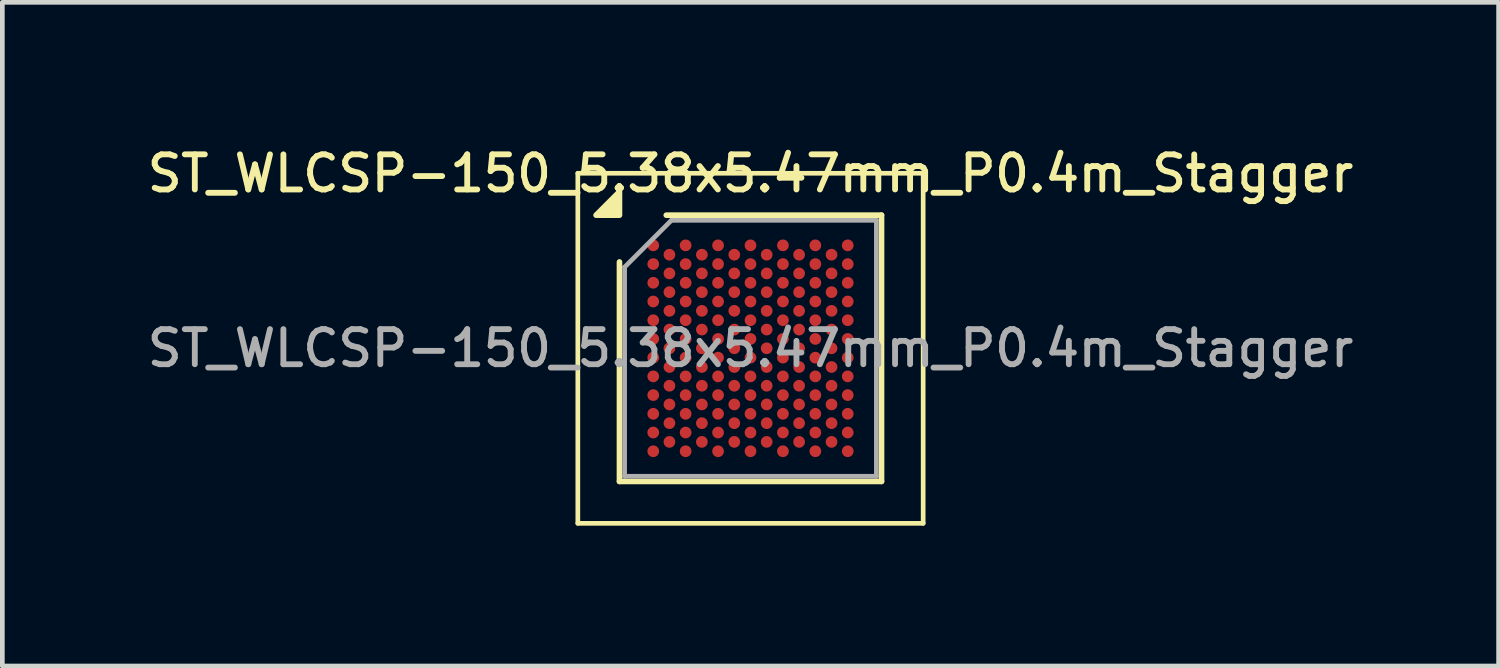
<source format=kicad_pcb>
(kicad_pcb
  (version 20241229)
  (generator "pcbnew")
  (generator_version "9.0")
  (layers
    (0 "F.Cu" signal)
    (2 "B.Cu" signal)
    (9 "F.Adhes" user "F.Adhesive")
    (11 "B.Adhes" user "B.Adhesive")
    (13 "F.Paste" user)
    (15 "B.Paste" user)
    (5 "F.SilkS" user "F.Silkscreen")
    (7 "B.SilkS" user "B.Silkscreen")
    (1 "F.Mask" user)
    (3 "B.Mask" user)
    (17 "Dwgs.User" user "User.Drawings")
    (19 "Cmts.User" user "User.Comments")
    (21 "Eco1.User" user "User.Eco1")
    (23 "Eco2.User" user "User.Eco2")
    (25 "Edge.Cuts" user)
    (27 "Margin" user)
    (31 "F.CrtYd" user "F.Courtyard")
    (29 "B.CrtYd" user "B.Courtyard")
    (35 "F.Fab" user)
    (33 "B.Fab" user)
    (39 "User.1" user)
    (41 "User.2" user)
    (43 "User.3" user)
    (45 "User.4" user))
  (footprint "ST_WLCSP-150_5.38x5.47mm_P0.4m_Stagger"
    (layer "F.Cu")
    (at 12.988 4.393)
    (property "Reference" "ST_WLCSP-150_5.38x5.47mm_P0.4m_Stagger" (at 0 -3.735 0) (layer "F.SilkS") (effects (font (size 0.75 0.75) (thickness 0.125))))
    (attr smd)
    (fp_line (start -3.69 -3.74) (end -3.69 3.74) (stroke (width 0.1) (type solid)) (layer "F.SilkS"))
    (fp_line (start -3.69 3.74) (end 3.69 3.74) (stroke (width 0.1) (type solid)) (layer "F.SilkS"))
    (fp_line (start -2.8 2.845) (end -2.8 -1.845) (stroke (width 0.12) (type solid)) (layer "F.SilkS"))
    (fp_line (start -1.8 -2.845) (end 2.8 -2.845) (stroke (width 0.12) (type solid)) (layer "F.SilkS"))
    (fp_line (start 2.8 -2.845) (end 2.8 2.845) (stroke (width 0.12) (type solid)) (layer "F.SilkS"))
    (fp_line (start 2.8 2.845) (end -2.8 2.845) (stroke (width 0.12) (type solid)) (layer "F.SilkS"))
    (fp_line (start 3.69 -3.74) (end -3.69 -3.74) (stroke (width 0.1) (type solid)) (layer "F.SilkS"))
    (fp_line (start 3.69 3.74) (end 3.69 -3.74) (stroke (width 0.1) (type solid)) (layer "F.SilkS"))
    (fp_poly (pts (xy -2.8 -2.845) (xy -3.3 -2.845) (xy -2.8 -3.345) (xy -2.8 -2.845)) (stroke (width 0.12) (type solid)) (fill yes) (layer "F.SilkS"))
    (fp_line (start -2.69 -1.735) (end -1.69 -2.735) (stroke (width 0.1) (type solid)) (layer "F.Fab"))
    (fp_line (start -2.69 2.735) (end -2.69 -1.735) (stroke (width 0.1) (type solid)) (layer "F.Fab"))
    (fp_line (start -1.69 -2.735) (end 2.69 -2.735) (stroke (width 0.1) (type solid)) (layer "F.Fab"))
    (fp_line (start 2.69 -2.735) (end 2.69 2.735) (stroke (width 0.1) (type solid)) (layer "F.Fab"))
    (fp_line (start 2.69 2.735) (end -2.69 2.735) (stroke (width 0.1) (type solid)) (layer "F.Fab"))
    (fp_text user "${REFERENCE}" (at 0 0 0) (layer "F.Fab") (effects (font (size 0.75 0.75) (thickness 0.125))))
    (pad "A1" smd circle (at -2.078 -2.2) (size 0.25 0.25) (property pad_prop_bga) (layers "F.Cu" "F.Mask" "F.Paste"))
    (pad "A3" smd circle (at -1.386 -2.2) (size 0.25 0.25) (property pad_prop_bga) (layers "F.Cu" "F.Mask" "F.Paste"))
    (pad "A5" smd circle (at -0.693 -2.2) (size 0.25 0.25) (property pad_prop_bga) (layers "F.Cu" "F.Mask" "F.Paste"))
    (pad "A7" smd circle (at 0 -2.2) (size 0.25 0.25) (property pad_prop_bga) (layers "F.Cu" "F.Mask" "F.Paste"))
    (pad "A9" smd circle (at 0.693 -2.2) (size 0.25 0.25) (property pad_prop_bga) (layers "F.Cu" "F.Mask" "F.Paste"))
    (pad "A11" smd circle (at 1.386 -2.2) (size 0.25 0.25) (property pad_prop_bga) (layers "F.Cu" "F.Mask" "F.Paste"))
    (pad "A13" smd circle (at 2.078 -2.2) (size 0.25 0.25) (property pad_prop_bga) (layers "F.Cu" "F.Mask" "F.Paste"))
    (pad "AA1" smd circle (at -2.078 1.8) (size 0.25 0.25) (property pad_prop_bga) (layers "F.Cu" "F.Mask" "F.Paste"))
    (pad "AA3" smd circle (at -1.386 1.8) (size 0.25 0.25) (property pad_prop_bga) (layers "F.Cu" "F.Mask" "F.Paste"))
    (pad "AA5" smd circle (at -0.693 1.8) (size 0.25 0.25) (property pad_prop_bga) (layers "F.Cu" "F.Mask" "F.Paste"))
    (pad "AA7" smd circle (at 0 1.8) (size 0.25 0.25) (property pad_prop_bga) (layers "F.Cu" "F.Mask" "F.Paste"))
    (pad "AA9" smd circle (at 0.693 1.8) (size 0.25 0.25) (property pad_prop_bga) (layers "F.Cu" "F.Mask" "F.Paste"))
    (pad "AA11" smd circle (at 1.386 1.8) (size 0.25 0.25) (property pad_prop_bga) (layers "F.Cu" "F.Mask" "F.Paste"))
    (pad "AA13" smd circle (at 2.078 1.8) (size 0.25 0.25) (property pad_prop_bga) (layers "F.Cu" "F.Mask" "F.Paste"))
    (pad "AB2" smd circle (at -1.732 2) (size 0.25 0.25) (property pad_prop_bga) (layers "F.Cu" "F.Mask" "F.Paste"))
    (pad "AB4" smd circle (at -1.039 2) (size 0.25 0.25) (property pad_prop_bga) (layers "F.Cu" "F.Mask" "F.Paste"))
    (pad "AB6" smd circle (at -0.346 2) (size 0.25 0.25) (property pad_prop_bga) (layers "F.Cu" "F.Mask" "F.Paste"))
    (pad "AB8" smd circle (at 0.346 2) (size 0.25 0.25) (property pad_prop_bga) (layers "F.Cu" "F.Mask" "F.Paste"))
    (pad "AB10" smd circle (at 1.039 2) (size 0.25 0.25) (property pad_prop_bga) (layers "F.Cu" "F.Mask" "F.Paste"))
    (pad "AB12" smd circle (at 1.732 2) (size 0.25 0.25) (property pad_prop_bga) (layers "F.Cu" "F.Mask" "F.Paste"))
    (pad "AC1" smd circle (at -2.078 2.2) (size 0.25 0.25) (property pad_prop_bga) (layers "F.Cu" "F.Mask" "F.Paste"))
    (pad "AC3" smd circle (at -1.386 2.2) (size 0.25 0.25) (property pad_prop_bga) (layers "F.Cu" "F.Mask" "F.Paste"))
    (pad "AC5" smd circle (at -0.693 2.2) (size 0.25 0.25) (property pad_prop_bga) (layers "F.Cu" "F.Mask" "F.Paste"))
    (pad "AC7" smd circle (at 0 2.2) (size 0.25 0.25) (property pad_prop_bga) (layers "F.Cu" "F.Mask" "F.Paste"))
    (pad "AC9" smd circle (at 0.693 2.2) (size 0.25 0.25) (property pad_prop_bga) (layers "F.Cu" "F.Mask" "F.Paste"))
    (pad "AC11" smd circle (at 1.386 2.2) (size 0.25 0.25) (property pad_prop_bga) (layers "F.Cu" "F.Mask" "F.Paste"))
    (pad "AC13" smd circle (at 2.078 2.2) (size 0.25 0.25) (property pad_prop_bga) (layers "F.Cu" "F.Mask" "F.Paste"))
    (pad "B2" smd circle (at -1.732 -2) (size 0.25 0.25) (property pad_prop_bga) (layers "F.Cu" "F.Mask" "F.Paste"))
    (pad "B4" smd circle (at -1.039 -2) (size 0.25 0.25) (property pad_prop_bga) (layers "F.Cu" "F.Mask" "F.Paste"))
    (pad "B6" smd circle (at -0.346 -2) (size 0.25 0.25) (property pad_prop_bga) (layers "F.Cu" "F.Mask" "F.Paste"))
    (pad "B8" smd circle (at 0.346 -2) (size 0.25 0.25) (property pad_prop_bga) (layers "F.Cu" "F.Mask" "F.Paste"))
    (pad "B10" smd circle (at 1.039 -2) (size 0.25 0.25) (property pad_prop_bga) (layers "F.Cu" "F.Mask" "F.Paste"))
    (pad "B12" smd circle (at 1.732 -2) (size 0.25 0.25) (property pad_prop_bga) (layers "F.Cu" "F.Mask" "F.Paste"))
    (pad "C1" smd circle (at -2.078 -1.8) (size 0.25 0.25) (property pad_prop_bga) (layers "F.Cu" "F.Mask" "F.Paste"))
    (pad "C3" smd circle (at -1.386 -1.8) (size 0.25 0.25) (property pad_prop_bga) (layers "F.Cu" "F.Mask" "F.Paste"))
    (pad "C5" smd circle (at -0.693 -1.8) (size 0.25 0.25) (property pad_prop_bga) (layers "F.Cu" "F.Mask" "F.Paste"))
    (pad "C7" smd circle (at 0 -1.8) (size 0.25 0.25) (property pad_prop_bga) (layers "F.Cu" "F.Mask" "F.Paste"))
    (pad "C9" smd circle (at 0.693 -1.8) (size 0.25 0.25) (property pad_prop_bga) (layers "F.Cu" "F.Mask" "F.Paste"))
    (pad "C11" smd circle (at 1.386 -1.8) (size 0.25 0.25) (property pad_prop_bga) (layers "F.Cu" "F.Mask" "F.Paste"))
    (pad "C13" smd circle (at 2.078 -1.8) (size 0.25 0.25) (property pad_prop_bga) (layers "F.Cu" "F.Mask" "F.Paste"))
    (pad "D2" smd circle (at -1.732 -1.6) (size 0.25 0.25) (property pad_prop_bga) (layers "F.Cu" "F.Mask" "F.Paste"))
    (pad "D4" smd circle (at -1.039 -1.6) (size 0.25 0.25) (property pad_prop_bga) (layers "F.Cu" "F.Mask" "F.Paste"))
    (pad "D6" smd circle (at -0.346 -1.6) (size 0.25 0.25) (property pad_prop_bga) (layers "F.Cu" "F.Mask" "F.Paste"))
    (pad "D8" smd circle (at 0.346 -1.6) (size 0.25 0.25) (property pad_prop_bga) (layers "F.Cu" "F.Mask" "F.Paste"))
    (pad "D10" smd circle (at 1.039 -1.6) (size 0.25 0.25) (property pad_prop_bga) (layers "F.Cu" "F.Mask" "F.Paste"))
    (pad "D12" smd circle (at 1.732 -1.6) (size 0.25 0.25) (property pad_prop_bga) (layers "F.Cu" "F.Mask" "F.Paste"))
    (pad "E1" smd circle (at -2.078 -1.4) (size 0.25 0.25) (property pad_prop_bga) (layers "F.Cu" "F.Mask" "F.Paste"))
    (pad "E3" smd circle (at -1.386 -1.4) (size 0.25 0.25) (property pad_prop_bga) (layers "F.Cu" "F.Mask" "F.Paste"))
    (pad "E5" smd circle (at -0.693 -1.4) (size 0.25 0.25) (property pad_prop_bga) (layers "F.Cu" "F.Mask" "F.Paste"))
    (pad "E7" smd circle (at 0 -1.4) (size 0.25 0.25) (property pad_prop_bga) (layers "F.Cu" "F.Mask" "F.Paste"))
    (pad "E9" smd circle (at 0.693 -1.4) (size 0.25 0.25) (property pad_prop_bga) (layers "F.Cu" "F.Mask" "F.Paste"))
    (pad "E11" smd circle (at 1.386 -1.4) (size 0.25 0.25) (property pad_prop_bga) (layers "F.Cu" "F.Mask" "F.Paste"))
    (pad "E13" smd circle (at 2.078 -1.4) (size 0.25 0.25) (property pad_prop_bga) (layers "F.Cu" "F.Mask" "F.Paste"))
    (pad "F2" smd circle (at -1.732 -1.2) (size 0.25 0.25) (property pad_prop_bga) (layers "F.Cu" "F.Mask" "F.Paste"))
    (pad "F4" smd circle (at -1.039 -1.2) (size 0.25 0.25) (property pad_prop_bga) (layers "F.Cu" "F.Mask" "F.Paste"))
    (pad "F6" smd circle (at -0.346 -1.2) (size 0.25 0.25) (property pad_prop_bga) (layers "F.Cu" "F.Mask" "F.Paste"))
    (pad "F8" smd circle (at 0.346 -1.2) (size 0.25 0.25) (property pad_prop_bga) (layers "F.Cu" "F.Mask" "F.Paste"))
    (pad "F10" smd circle (at 1.039 -1.2) (size 0.25 0.25) (property pad_prop_bga) (layers "F.Cu" "F.Mask" "F.Paste"))
    (pad "F12" smd circle (at 1.732 -1.2) (size 0.25 0.25) (property pad_prop_bga) (layers "F.Cu" "F.Mask" "F.Paste"))
    (pad "G1" smd circle (at -2.078 -1) (size 0.25 0.25) (property pad_prop_bga) (layers "F.Cu" "F.Mask" "F.Paste"))
    (pad "G3" smd circle (at -1.386 -1) (size 0.25 0.25) (property pad_prop_bga) (layers "F.Cu" "F.Mask" "F.Paste"))
    (pad "G5" smd circle (at -0.693 -1) (size 0.25 0.25) (property pad_prop_bga) (layers "F.Cu" "F.Mask" "F.Paste"))
    (pad "G7" smd circle (at 0 -1) (size 0.25 0.25) (property pad_prop_bga) (layers "F.Cu" "F.Mask" "F.Paste"))
    (pad "G9" smd circle (at 0.693 -1) (size 0.25 0.25) (property pad_prop_bga) (layers "F.Cu" "F.Mask" "F.Paste"))
    (pad "G11" smd circle (at 1.386 -1) (size 0.25 0.25) (property pad_prop_bga) (layers "F.Cu" "F.Mask" "F.Paste"))
    (pad "G13" smd circle (at 2.078 -1) (size 0.25 0.25) (property pad_prop_bga) (layers "F.Cu" "F.Mask" "F.Paste"))
    (pad "H2" smd circle (at -1.732 -0.8) (size 0.25 0.25) (property pad_prop_bga) (layers "F.Cu" "F.Mask" "F.Paste"))
    (pad "H4" smd circle (at -1.039 -0.8) (size 0.25 0.25) (property pad_prop_bga) (layers "F.Cu" "F.Mask" "F.Paste"))
    (pad "H6" smd circle (at -0.346 -0.8) (size 0.25 0.25) (property pad_prop_bga) (layers "F.Cu" "F.Mask" "F.Paste"))
    (pad "H8" smd circle (at 0.346 -0.8) (size 0.25 0.25) (property pad_prop_bga) (layers "F.Cu" "F.Mask" "F.Paste"))
    (pad "H10" smd circle (at 1.039 -0.8) (size 0.25 0.25) (property pad_prop_bga) (layers "F.Cu" "F.Mask" "F.Paste"))
    (pad "H12" smd circle (at 1.732 -0.8) (size 0.25 0.25) (property pad_prop_bga) (layers "F.Cu" "F.Mask" "F.Paste"))
    (pad "J1" smd circle (at -2.078 -0.6) (size 0.25 0.25) (property pad_prop_bga) (layers "F.Cu" "F.Mask" "F.Paste"))
    (pad "J3" smd circle (at -1.386 -0.6) (size 0.25 0.25) (property pad_prop_bga) (layers "F.Cu" "F.Mask" "F.Paste"))
    (pad "J5" smd circle (at -0.693 -0.6) (size 0.25 0.25) (property pad_prop_bga) (layers "F.Cu" "F.Mask" "F.Paste"))
    (pad "J7" smd circle (at 0 -0.6) (size 0.25 0.25) (property pad_prop_bga) (layers "F.Cu" "F.Mask" "F.Paste"))
    (pad "J9" smd circle (at 0.693 -0.6) (size 0.25 0.25) (property pad_prop_bga) (layers "F.Cu" "F.Mask" "F.Paste"))
    (pad "J11" smd circle (at 1.386 -0.6) (size 0.25 0.25) (property pad_prop_bga) (layers "F.Cu" "F.Mask" "F.Paste"))
    (pad "J13" smd circle (at 2.078 -0.6) (size 0.25 0.25) (property pad_prop_bga) (layers "F.Cu" "F.Mask" "F.Paste"))
    (pad "K2" smd circle (at -1.732 -0.4) (size 0.25 0.25) (property pad_prop_bga) (layers "F.Cu" "F.Mask" "F.Paste"))
    (pad "K4" smd circle (at -1.039 -0.4) (size 0.25 0.25) (property pad_prop_bga) (layers "F.Cu" "F.Mask" "F.Paste"))
    (pad "K6" smd circle (at -0.346 -0.4) (size 0.25 0.25) (property pad_prop_bga) (layers "F.Cu" "F.Mask" "F.Paste"))
    (pad "K8" smd circle (at 0.346 -0.4) (size 0.25 0.25) (property pad_prop_bga) (layers "F.Cu" "F.Mask" "F.Paste"))
    (pad "K10" smd circle (at 1.039 -0.4) (size 0.25 0.25) (property pad_prop_bga) (layers "F.Cu" "F.Mask" "F.Paste"))
    (pad "K12" smd circle (at 1.732 -0.4) (size 0.25 0.25) (property pad_prop_bga) (layers "F.Cu" "F.Mask" "F.Paste"))
    (pad "L1" smd circle (at -2.078 -0.2) (size 0.25 0.25) (property pad_prop_bga) (layers "F.Cu" "F.Mask" "F.Paste"))
    (pad "L3" smd circle (at -1.386 -0.2) (size 0.25 0.25) (property pad_prop_bga) (layers "F.Cu" "F.Mask" "F.Paste"))
    (pad "L5" smd circle (at -0.693 -0.2) (size 0.25 0.25) (property pad_prop_bga) (layers "F.Cu" "F.Mask" "F.Paste"))
    (pad "L7" smd circle (at 0 -0.2) (size 0.25 0.25) (property pad_prop_bga) (layers "F.Cu" "F.Mask" "F.Paste"))
    (pad "L9" smd circle (at 0.693 -0.2) (size 0.25 0.25) (property pad_prop_bga) (layers "F.Cu" "F.Mask" "F.Paste"))
    (pad "L11" smd circle (at 1.386 -0.2) (size 0.25 0.25) (property pad_prop_bga) (layers "F.Cu" "F.Mask" "F.Paste"))
    (pad "L13" smd circle (at 2.078 -0.2) (size 0.25 0.25) (property pad_prop_bga) (layers "F.Cu" "F.Mask" "F.Paste"))
    (pad "M2" smd circle (at -1.732 0) (size 0.25 0.25) (property pad_prop_bga) (layers "F.Cu" "F.Mask" "F.Paste"))
    (pad "M4" smd circle (at -1.039 0) (size 0.25 0.25) (property pad_prop_bga) (layers "F.Cu" "F.Mask" "F.Paste"))
    (pad "M6" smd circle (at -0.346 0) (size 0.25 0.25) (property pad_prop_bga) (layers "F.Cu" "F.Mask" "F.Paste"))
    (pad "M8" smd circle (at 0.346 0) (size 0.25 0.25) (property pad_prop_bga) (layers "F.Cu" "F.Mask" "F.Paste"))
    (pad "M10" smd circle (at 1.039 0) (size 0.25 0.25) (property pad_prop_bga) (layers "F.Cu" "F.Mask" "F.Paste"))
    (pad "M12" smd circle (at 1.732 0) (size 0.25 0.25) (property pad_prop_bga) (layers "F.Cu" "F.Mask" "F.Paste"))
    (pad "N1" smd circle (at -2.078 0.2) (size 0.25 0.25) (property pad_prop_bga) (layers "F.Cu" "F.Mask" "F.Paste"))
    (pad "N3" smd circle (at -1.386 0.2) (size 0.25 0.25) (property pad_prop_bga) (layers "F.Cu" "F.Mask" "F.Paste"))
    (pad "N5" smd circle (at -0.693 0.2) (size 0.25 0.25) (property pad_prop_bga) (layers "F.Cu" "F.Mask" "F.Paste"))
    (pad "N7" smd circle (at 0 0.2) (size 0.25 0.25) (property pad_prop_bga) (layers "F.Cu" "F.Mask" "F.Paste"))
    (pad "N9" smd circle (at 0.693 0.2) (size 0.25 0.25) (property pad_prop_bga) (layers "F.Cu" "F.Mask" "F.Paste"))
    (pad "N11" smd circle (at 1.386 0.2) (size 0.25 0.25) (property pad_prop_bga) (layers "F.Cu" "F.Mask" "F.Paste"))
    (pad "N13" smd circle (at 2.078 0.2) (size 0.25 0.25) (property pad_prop_bga) (layers "F.Cu" "F.Mask" "F.Paste"))
    (pad "P2" smd circle (at -1.732 0.4) (size 0.25 0.25) (property pad_prop_bga) (layers "F.Cu" "F.Mask" "F.Paste"))
    (pad "P4" smd circle (at -1.039 0.4) (size 0.25 0.25) (property pad_prop_bga) (layers "F.Cu" "F.Mask" "F.Paste"))
    (pad "P6" smd circle (at -0.346 0.4) (size 0.25 0.25) (property pad_prop_bga) (layers "F.Cu" "F.Mask" "F.Paste"))
    (pad "P8" smd circle (at 0.346 0.4) (size 0.25 0.25) (property pad_prop_bga) (layers "F.Cu" "F.Mask" "F.Paste"))
    (pad "P10" smd circle (at 1.039 0.4) (size 0.25 0.25) (property pad_prop_bga) (layers "F.Cu" "F.Mask" "F.Paste"))
    (pad "P12" smd circle (at 1.732 0.4) (size 0.25 0.25) (property pad_prop_bga) (layers "F.Cu" "F.Mask" "F.Paste"))
    (pad "R1" smd circle (at -2.078 0.6) (size 0.25 0.25) (property pad_prop_bga) (layers "F.Cu" "F.Mask" "F.Paste"))
    (pad "R3" smd circle (at -1.386 0.6) (size 0.25 0.25) (property pad_prop_bga) (layers "F.Cu" "F.Mask" "F.Paste"))
    (pad "R5" smd circle (at -0.693 0.6) (size 0.25 0.25) (property pad_prop_bga) (layers "F.Cu" "F.Mask" "F.Paste"))
    (pad "R7" smd circle (at 0 0.6) (size 0.25 0.25) (property pad_prop_bga) (layers "F.Cu" "F.Mask" "F.Paste"))
    (pad "R9" smd circle (at 0.693 0.6) (size 0.25 0.25) (property pad_prop_bga) (layers "F.Cu" "F.Mask" "F.Paste"))
    (pad "R11" smd circle (at 1.386 0.6) (size 0.25 0.25) (property pad_prop_bga) (layers "F.Cu" "F.Mask" "F.Paste"))
    (pad "R13" smd circle (at 2.078 0.6) (size 0.25 0.25) (property pad_prop_bga) (layers "F.Cu" "F.Mask" "F.Paste"))
    (pad "T2" smd circle (at -1.732 0.8) (size 0.25 0.25) (property pad_prop_bga) (layers "F.Cu" "F.Mask" "F.Paste"))
    (pad "T4" smd circle (at -1.039 0.8) (size 0.25 0.25) (property pad_prop_bga) (layers "F.Cu" "F.Mask" "F.Paste"))
    (pad "T6" smd circle (at -0.346 0.8) (size 0.25 0.25) (property pad_prop_bga) (layers "F.Cu" "F.Mask" "F.Paste"))
    (pad "T8" smd circle (at 0.346 0.8) (size 0.25 0.25) (property pad_prop_bga) (layers "F.Cu" "F.Mask" "F.Paste"))
    (pad "T10" smd circle (at 1.039 0.8) (size 0.25 0.25) (property pad_prop_bga) (layers "F.Cu" "F.Mask" "F.Paste"))
    (pad "T12" smd circle (at 1.732 0.8) (size 0.25 0.25) (property pad_prop_bga) (layers "F.Cu" "F.Mask" "F.Paste"))
    (pad "U1" smd circle (at -2.078 1) (size 0.25 0.25) (property pad_prop_bga) (layers "F.Cu" "F.Mask" "F.Paste"))
    (pad "U3" smd circle (at -1.386 1) (size 0.25 0.25) (property pad_prop_bga) (layers "F.Cu" "F.Mask" "F.Paste"))
    (pad "U5" smd circle (at -0.693 1) (size 0.25 0.25) (property pad_prop_bga) (layers "F.Cu" "F.Mask" "F.Paste"))
    (pad "U7" smd circle (at 0 1) (size 0.25 0.25) (property pad_prop_bga) (layers "F.Cu" "F.Mask" "F.Paste"))
    (pad "U9" smd circle (at 0.693 1) (size 0.25 0.25) (property pad_prop_bga) (layers "F.Cu" "F.Mask" "F.Paste"))
    (pad "U11" smd circle (at 1.386 1) (size 0.25 0.25) (property pad_prop_bga) (layers "F.Cu" "F.Mask" "F.Paste"))
    (pad "U13" smd circle (at 2.078 1) (size 0.25 0.25) (property pad_prop_bga) (layers "F.Cu" "F.Mask" "F.Paste"))
    (pad "V2" smd circle (at -1.732 1.2) (size 0.25 0.25) (property pad_prop_bga) (layers "F.Cu" "F.Mask" "F.Paste"))
    (pad "V4" smd circle (at -1.039 1.2) (size 0.25 0.25) (property pad_prop_bga) (layers "F.Cu" "F.Mask" "F.Paste"))
    (pad "V6" smd circle (at -0.346 1.2) (size 0.25 0.25) (property pad_prop_bga) (layers "F.Cu" "F.Mask" "F.Paste"))
    (pad "V8" smd circle (at 0.346 1.2) (size 0.25 0.25) (property pad_prop_bga) (layers "F.Cu" "F.Mask" "F.Paste"))
    (pad "V10" smd circle (at 1.039 1.2) (size 0.25 0.25) (property pad_prop_bga) (layers "F.Cu" "F.Mask" "F.Paste"))
    (pad "V12" smd circle (at 1.732 1.2) (size 0.25 0.25) (property pad_prop_bga) (layers "F.Cu" "F.Mask" "F.Paste"))
    (pad "W1" smd circle (at -2.078 1.4) (size 0.25 0.25) (property pad_prop_bga) (layers "F.Cu" "F.Mask" "F.Paste"))
    (pad "W3" smd circle (at -1.386 1.4) (size 0.25 0.25) (property pad_prop_bga) (layers "F.Cu" "F.Mask" "F.Paste"))
    (pad "W5" smd circle (at -0.693 1.4) (size 0.25 0.25) (property pad_prop_bga) (layers "F.Cu" "F.Mask" "F.Paste"))
    (pad "W7" smd circle (at 0 1.4) (size 0.25 0.25) (property pad_prop_bga) (layers "F.Cu" "F.Mask" "F.Paste"))
    (pad "W9" smd circle (at 0.693 1.4) (size 0.25 0.25) (property pad_prop_bga) (layers "F.Cu" "F.Mask" "F.Paste"))
    (pad "W11" smd circle (at 1.386 1.4) (size 0.25 0.25) (property pad_prop_bga) (layers "F.Cu" "F.Mask" "F.Paste"))
    (pad "W13" smd circle (at 2.078 1.4) (size 0.25 0.25) (property pad_prop_bga) (layers "F.Cu" "F.Mask" "F.Paste"))
    (pad "Y2" smd circle (at -1.732 1.6) (size 0.25 0.25) (property pad_prop_bga) (layers "F.Cu" "F.Mask" "F.Paste"))
    (pad "Y4" smd circle (at -1.039 1.6) (size 0.25 0.25) (property pad_prop_bga) (layers "F.Cu" "F.Mask" "F.Paste"))
    (pad "Y6" smd circle (at -0.346 1.6) (size 0.25 0.25) (property pad_prop_bga) (layers "F.Cu" "F.Mask" "F.Paste"))
    (pad "Y8" smd circle (at 0.346 1.6) (size 0.25 0.25) (property pad_prop_bga) (layers "F.Cu" "F.Mask" "F.Paste"))
    (pad "Y10" smd circle (at 1.039 1.6) (size 0.25 0.25) (property pad_prop_bga) (layers "F.Cu" "F.Mask" "F.Paste"))
    (pad "Y12" smd circle (at 1.732 1.6) (size 0.25 0.25) (property pad_prop_bga) (layers "F.Cu" "F.Mask" "F.Paste")))
  (gr_rect
    (start -3 -3)
    (end 28.975 11.183)
    (stroke (width 0.1) (type default))
    (fill no)
    (layer "Edge.Cuts")))
</source>
